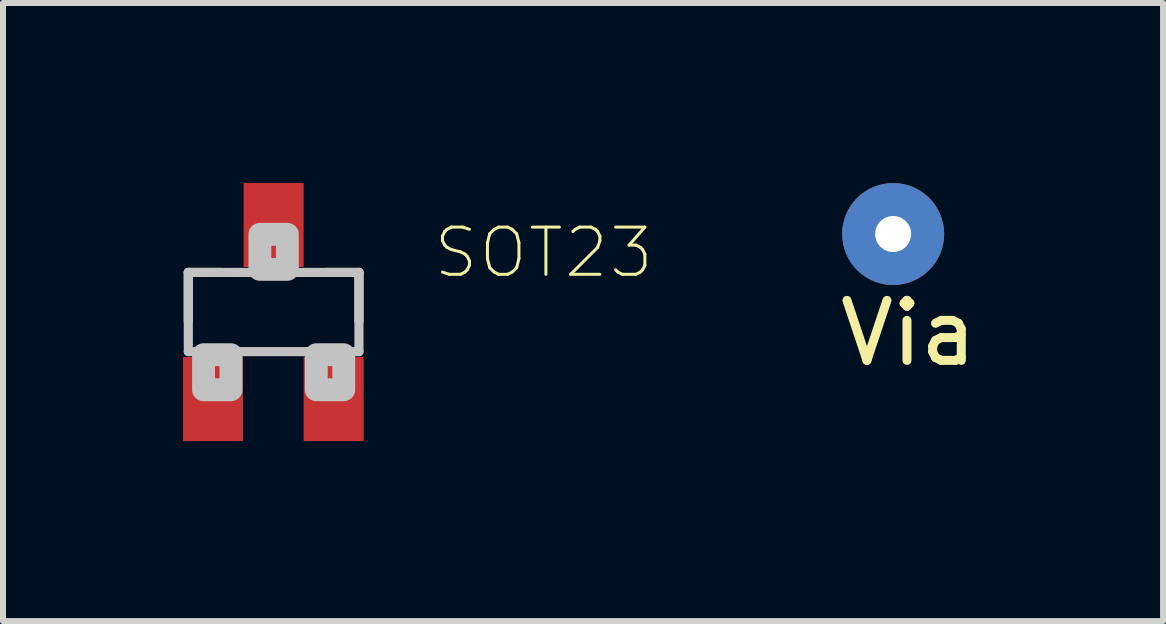
<source format=kicad_pcb>
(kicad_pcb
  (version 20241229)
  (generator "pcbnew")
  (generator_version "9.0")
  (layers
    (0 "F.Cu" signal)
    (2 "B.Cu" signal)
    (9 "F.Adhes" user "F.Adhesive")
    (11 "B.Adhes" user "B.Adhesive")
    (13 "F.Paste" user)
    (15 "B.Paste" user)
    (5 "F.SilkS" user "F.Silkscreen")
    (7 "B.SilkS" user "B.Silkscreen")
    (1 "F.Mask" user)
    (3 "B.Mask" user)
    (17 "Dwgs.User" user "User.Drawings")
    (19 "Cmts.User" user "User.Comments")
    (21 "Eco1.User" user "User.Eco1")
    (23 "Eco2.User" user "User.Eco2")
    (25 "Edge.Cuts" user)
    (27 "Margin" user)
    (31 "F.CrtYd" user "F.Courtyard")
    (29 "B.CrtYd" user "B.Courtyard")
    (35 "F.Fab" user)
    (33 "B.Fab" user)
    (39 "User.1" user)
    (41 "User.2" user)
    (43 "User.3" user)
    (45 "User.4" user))
  (footprint "SOT23"
    (layer "F.Cu")
    (at 1.51 2.15)
    (property "Reference" "SOT23" (at 4.5 -0.99 0) (layer "F.SilkS") (effects (font (size 0.787 0.787) (thickness 0.05))))
    (attr smd)
    (fp_line (start -1.422 -0.66) (end -0.864 -0.66) (stroke (width 0.152) (type solid)) (layer "F.SilkS"))
    (fp_line (start -1.422 0.152) (end -1.422 -0.66) (stroke (width 0.152) (type solid)) (layer "F.SilkS"))
    (fp_line (start 0.864 -0.66) (end 1.422 -0.66) (stroke (width 0.152) (type solid)) (layer "F.SilkS"))
    (fp_line (start 1.422 -0.66) (end 1.422 0.152) (stroke (width 0.152) (type solid)) (layer "F.SilkS"))
    (fp_line (start -1.422 -0.66) (end 1.422 -0.66) (stroke (width 0.152) (type solid)) (layer "Dwgs.User"))
    (fp_line (start -1.422 0.66) (end -1.422 -0.66) (stroke (width 0.152) (type solid)) (layer "Dwgs.User"))
    (fp_line (start 1.422 -0.66) (end 1.422 0.66) (stroke (width 0.152) (type solid)) (layer "Dwgs.User"))
    (fp_line (start 1.422 0.66) (end -1.422 0.66) (stroke (width 0.152) (type solid)) (layer "Dwgs.User"))
    (fp_poly (pts (xy -1.168 0.711) (xy -0.711 0.711) (xy -0.711 1.295) (xy -1.168 1.295)) (stroke (width 0.381) (type solid)) (fill no) (layer "Dwgs.User"))
    (fp_poly (pts (xy -0.229 -1.295) (xy 0.229 -1.295) (xy 0.229 -0.711) (xy -0.229 -0.711)) (stroke (width 0.381) (type solid)) (fill no) (layer "Dwgs.User"))
    (fp_poly (pts (xy 0.711 0.711) (xy 1.168 0.711) (xy 1.168 1.295) (xy 0.711 1.295)) (stroke (width 0.381) (type solid)) (fill no) (layer "Dwgs.User"))
    (pad "1" smd rect (at -1.01 1.45) (size 1 1.4) (layers "F.Cu" "F.Mask" "F.Paste"))
    (pad "2" smd rect (at 1 1.45) (size 1 1.4) (layers "F.Cu" "F.Mask" "F.Paste"))
    (pad "3" smd rect (at 0 -1.45) (size 1 1.4) (layers "F.Cu" "F.Mask" "F.Paste")))
  (footprint "Via"
    (layer "F.Cu")
    (at 11.834 0.85)
    (property "Reference" "Via" (at 0.254 1.651 0) (layer "F.SilkS") (effects (font (size 1 1) (thickness 0.15))))
    (attr through_hole)
    (pad "1" thru_hole circle (at 0 0) (size 1.7 1.7) (drill 0.6) (layers "*.Cu")))
  (gr_rect
    (start -3 -3)
    (end 16.332 7.3)
    (stroke (width 0.1) (type default))
    (fill no)
    (layer "Edge.Cuts")))
</source>
